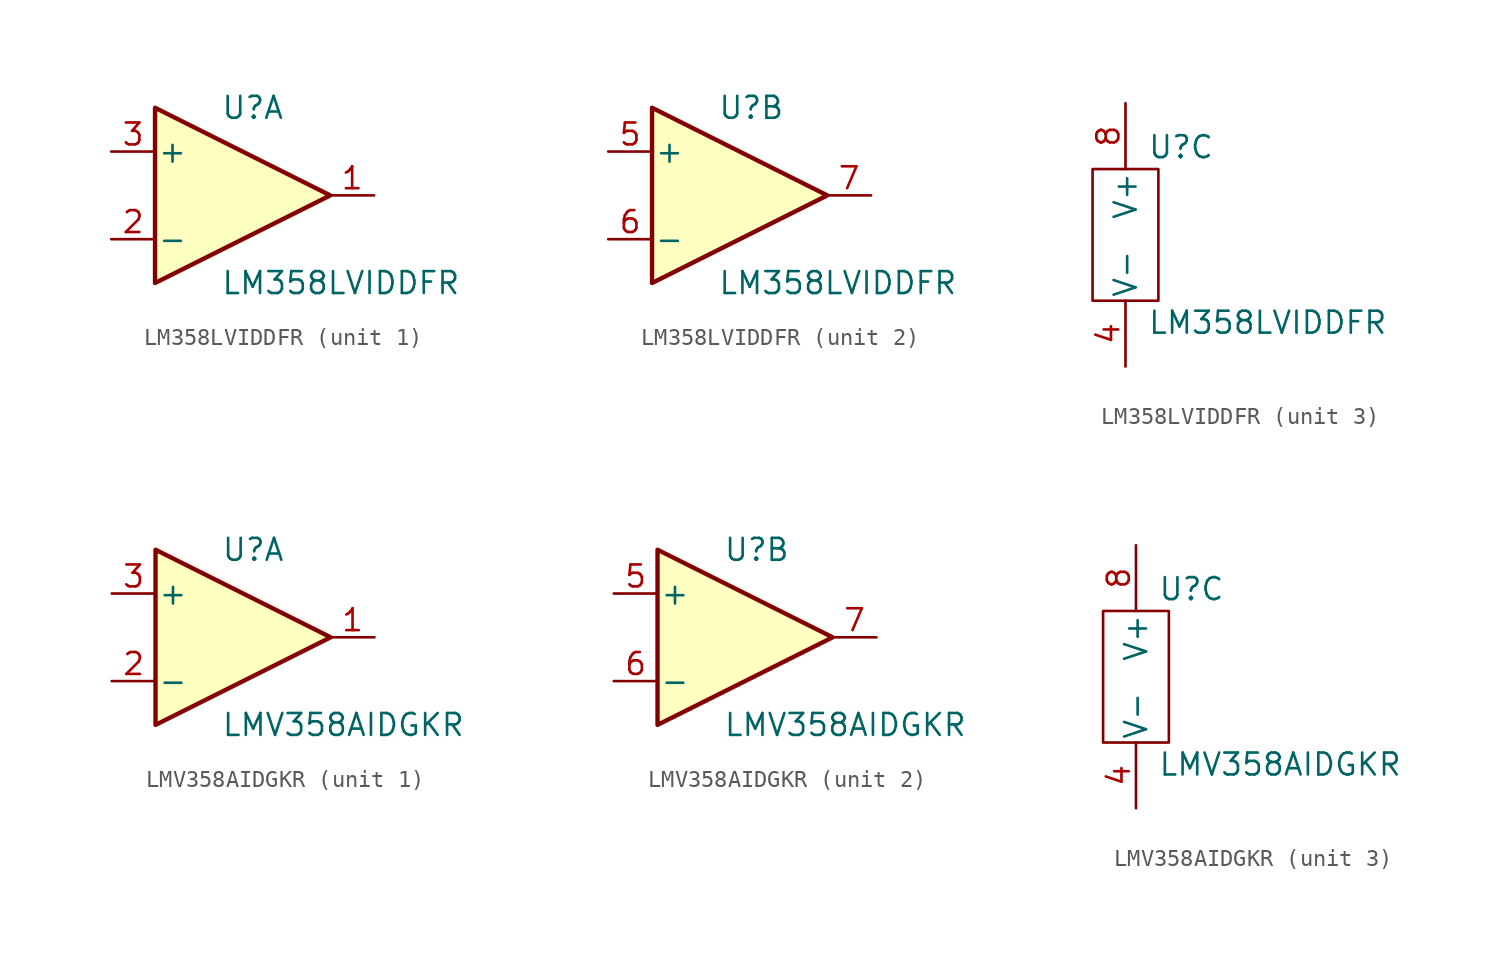
<source format=kicad_sym>
(kicad_symbol_lib
  (version 20220914)
  (generator kicad_symbol_editor)
  (symbol "LM358LVIDDFR"
    (pin_names
      (offset 0.127))
    (property "Reference" "U"
      (at -1.27 5.08 0)
      (effects (font (size 1.27 1.27)) (justify left)))
    (property "Value" "LM358LVIDDFR"
      (at -1.27 -5.08 0)
      (effects (font (size 1.27 1.27)) (justify left)))
    (property "ki_locked" ""
      (at 0 0 0)
      (effects (font (size 1.27 1.27))))
    (symbol "LM358LVIDDFR_1_1"
      (polyline (pts (xy -5.08 5.08) (xy 5.08 0) (xy -5.08 -5.08) (xy -5.08 5.08)) (stroke (width 0.254) (type default)) (fill (type background)))
      (pin output line (at 7.62 0 180) (length 2.54) (name "~" (effects (font (size 1.27 1.27)))) (number "1" (effects (font (size 1.27 1.27)))))
      (pin input line (at -7.62 -2.54 0) (length 2.54) (name "-" (effects (font (size 1.27 1.27)))) (number "2" (effects (font (size 1.27 1.27)))))
      (pin input line (at -7.62 2.54 0) (length 2.54) (name "+" (effects (font (size 1.27 1.27)))) (number "3" (effects (font (size 1.27 1.27))))))
    (symbol "LM358LVIDDFR_2_1"
      (polyline (pts (xy -5.08 5.08) (xy 5.08 0) (xy -5.08 -5.08) (xy -5.08 5.08)) (stroke (width 0.254) (type default)) (fill (type background)))
      (pin input line (at -7.62 2.54 0) (length 2.54) (name "+" (effects (font (size 1.27 1.27)))) (number "5" (effects (font (size 1.27 1.27)))))
      (pin input line (at -7.62 -2.54 0) (length 2.54) (name "-" (effects (font (size 1.27 1.27)))) (number "6" (effects (font (size 1.27 1.27)))))
      (pin output line (at 7.62 0 180) (length 2.54) (name "~" (effects (font (size 1.27 1.27)))) (number "7" (effects (font (size 1.27 1.27))))))
    (symbol "LM358LVIDDFR_3_1"
      (rectangle (start -4.445 3.81) (end -0.635 -3.81) (stroke (width 0) (type default)) (fill (type none)))
      (pin power_in line (at -2.54 -7.62 90) (length 3.81) (name "V-" (effects (font (size 1.27 1.27)))) (number "4" (effects (font (size 1.27 1.27)))))
      (pin power_in line (at -2.54 7.62 270) (length 3.81) (name "V+" (effects (font (size 1.27 1.27)))) (number "8" (effects (font (size 1.27 1.27)))))))
  (symbol "LMV358AIDGKR"
    (pin_names
      (offset 0.127))
    (property "Reference" "U"
      (at -1.27 5.08 0)
      (effects (font (size 1.27 1.27)) (justify left)))
    (property "Value" "LMV358AIDGKR"
      (at -1.27 -5.08 0)
      (effects (font (size 1.27 1.27)) (justify left)))
    (property "ki_locked" ""
      (at 0 0 0)
      (effects (font (size 1.27 1.27))))
    (symbol "LMV358AIDGKR_1_1"
      (polyline (pts (xy -5.08 5.08) (xy 5.08 0) (xy -5.08 -5.08) (xy -5.08 5.08)) (stroke (width 0.254) (type default)) (fill (type background)))
      (pin output line (at 7.62 0 180) (length 2.54) (name "~" (effects (font (size 1.27 1.27)))) (number "1" (effects (font (size 1.27 1.27)))))
      (pin input line (at -7.62 -2.54 0) (length 2.54) (name "-" (effects (font (size 1.27 1.27)))) (number "2" (effects (font (size 1.27 1.27)))))
      (pin input line (at -7.62 2.54 0) (length 2.54) (name "+" (effects (font (size 1.27 1.27)))) (number "3" (effects (font (size 1.27 1.27))))))
    (symbol "LMV358AIDGKR_2_1"
      (polyline (pts (xy -5.08 5.08) (xy 5.08 0) (xy -5.08 -5.08) (xy -5.08 5.08)) (stroke (width 0.254) (type default)) (fill (type background)))
      (pin input line (at -7.62 2.54 0) (length 2.54) (name "+" (effects (font (size 1.27 1.27)))) (number "5" (effects (font (size 1.27 1.27)))))
      (pin input line (at -7.62 -2.54 0) (length 2.54) (name "-" (effects (font (size 1.27 1.27)))) (number "6" (effects (font (size 1.27 1.27)))))
      (pin output line (at 7.62 0 180) (length 2.54) (name "~" (effects (font (size 1.27 1.27)))) (number "7" (effects (font (size 1.27 1.27))))))
    (symbol "LMV358AIDGKR_3_1"
      (rectangle (start -4.445 3.81) (end -0.635 -3.81) (stroke (width 0) (type default)) (fill (type none)))
      (pin power_in line (at -2.54 -7.62 90) (length 3.81) (name "V-" (effects (font (size 1.27 1.27)))) (number "4" (effects (font (size 1.27 1.27)))))
      (pin power_in line (at -2.54 7.62 270) (length 3.81) (name "V+" (effects (font (size 1.27 1.27)))) (number "8" (effects (font (size 1.27 1.27))))))))
</source>
